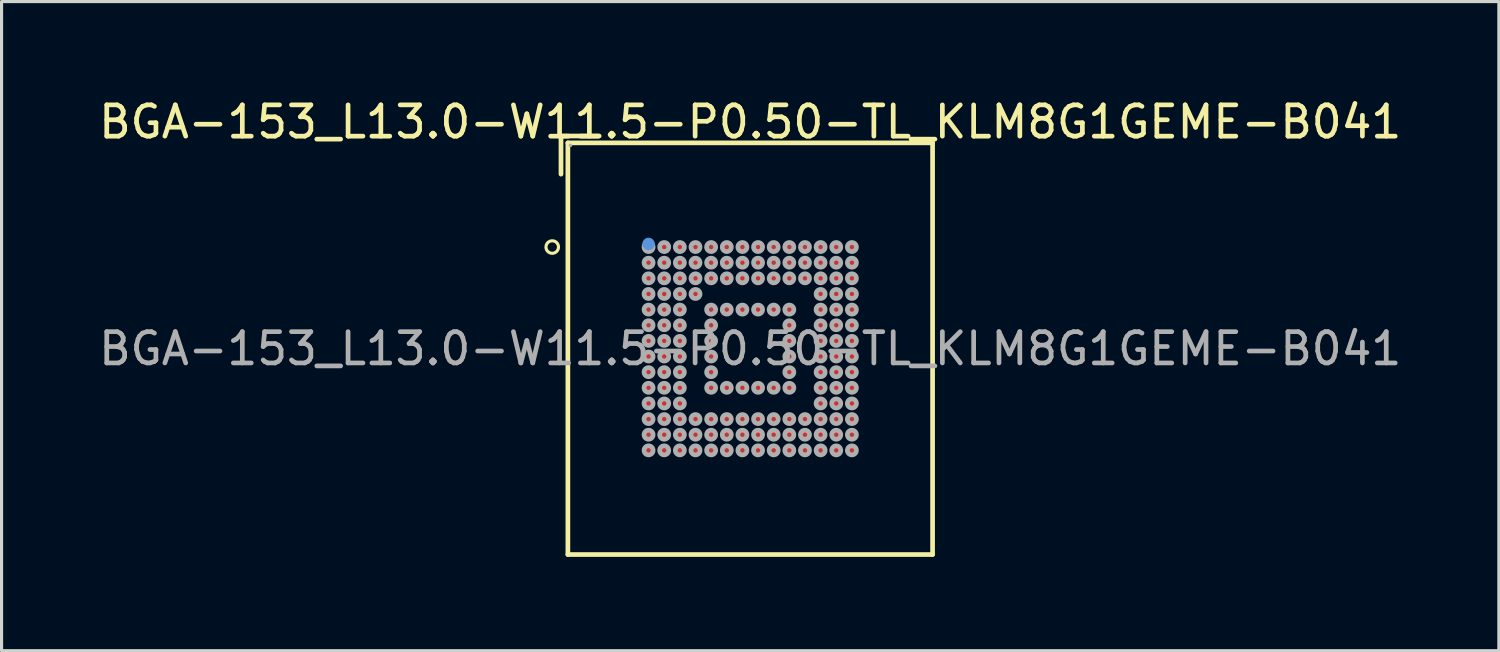
<source format=kicad_pcb>
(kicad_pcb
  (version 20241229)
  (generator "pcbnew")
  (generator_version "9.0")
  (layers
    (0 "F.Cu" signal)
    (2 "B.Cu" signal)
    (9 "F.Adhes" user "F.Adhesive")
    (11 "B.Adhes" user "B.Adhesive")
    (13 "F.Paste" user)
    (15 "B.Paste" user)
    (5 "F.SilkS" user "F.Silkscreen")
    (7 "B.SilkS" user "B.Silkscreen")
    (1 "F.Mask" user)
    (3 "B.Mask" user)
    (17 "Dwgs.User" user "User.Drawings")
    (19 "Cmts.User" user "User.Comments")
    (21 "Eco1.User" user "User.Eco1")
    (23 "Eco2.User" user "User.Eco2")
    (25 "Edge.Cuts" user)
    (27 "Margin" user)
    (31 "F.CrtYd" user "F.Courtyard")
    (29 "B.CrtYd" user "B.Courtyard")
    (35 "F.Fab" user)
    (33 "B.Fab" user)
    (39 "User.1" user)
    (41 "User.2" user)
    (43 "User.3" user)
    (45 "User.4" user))
  (footprint "BGA-153_L13.0-W11.5-P0.50-TL_KLM8G1GEME-B041"
    (layer "F.Cu")
    (at 20.935 8.098)
    (property "Reference" "BGA-153_L13.0-W11.5-P0.50-TL_KLM8G1GEME-B041" (at 0 -7.25 0) (layer "F.SilkS") (effects (font (size 1 1) (thickness 0.15))))
    (attr smd)
    (fp_line (start -6.05 -6.8) (end -4.83 -6.8) (stroke (width 0.15) (type solid)) (layer "F.SilkS"))
    (fp_line (start -6.05 -5.58) (end -6.05 -6.8) (stroke (width 0.15) (type solid)) (layer "F.SilkS"))
    (fp_line (start -5.83 -6.58) (end 5.83 -6.58) (stroke (width 0.15) (type solid)) (layer "F.SilkS"))
    (fp_line (start -5.83 6.58) (end -5.83 -6.58) (stroke (width 0.15) (type solid)) (layer "F.SilkS"))
    (fp_line (start 5.83 -6.58) (end 5.83 6.58) (stroke (width 0.15) (type solid)) (layer "F.SilkS"))
    (fp_line (start 5.83 6.58) (end -5.83 6.58) (stroke (width 0.15) (type solid)) (layer "F.SilkS"))
    (fp_circle (center -6.33 -3.25) (end -6.13 -3.25) (stroke (width 0.1) (type solid)) (fill no) (layer "F.SilkS"))
    (fp_circle (center -3.25 -3.35) (end -3.15 -3.35) (stroke (width 0.2) (type solid)) (fill no) (layer "Cmts.User"))
    (fp_circle (center -5.75 -6.5) (end -5.72 -6.5) (stroke (width 0.06) (type solid)) (fill no) (layer "F.Fab"))
    (fp_circle (center -3.25 -3.25) (end -3.18 -3.25) (stroke (width 0.15) (type solid)) (fill no) (layer "F.Fab"))
    (fp_circle (center -3.25 -2.75) (end -3.18 -2.75) (stroke (width 0.15) (type solid)) (fill no) (layer "F.Fab"))
    (fp_circle (center -3.25 -2.25) (end -3.18 -2.25) (stroke (width 0.15) (type solid)) (fill no) (layer "F.Fab"))
    (fp_circle (center -3.25 -1.75) (end -3.18 -1.75) (stroke (width 0.15) (type solid)) (fill no) (layer "F.Fab"))
    (fp_circle (center -3.25 -1.25) (end -3.18 -1.25) (stroke (width 0.15) (type solid)) (fill no) (layer "F.Fab"))
    (fp_circle (center -3.25 -0.75) (end -3.18 -0.75) (stroke (width 0.15) (type solid)) (fill no) (layer "F.Fab"))
    (fp_circle (center -3.25 -0.25) (end -3.18 -0.25) (stroke (width 0.15) (type solid)) (fill no) (layer "F.Fab"))
    (fp_circle (center -3.25 0.25) (end -3.18 0.25) (stroke (width 0.15) (type solid)) (fill no) (layer "F.Fab"))
    (fp_circle (center -3.25 0.75) (end -3.18 0.75) (stroke (width 0.15) (type solid)) (fill no) (layer "F.Fab"))
    (fp_circle (center -3.25 1.25) (end -3.18 1.25) (stroke (width 0.15) (type solid)) (fill no) (layer "F.Fab"))
    (fp_circle (center -3.25 1.75) (end -3.18 1.75) (stroke (width 0.15) (type solid)) (fill no) (layer "F.Fab"))
    (fp_circle (center -3.25 2.25) (end -3.18 2.25) (stroke (width 0.15) (type solid)) (fill no) (layer "F.Fab"))
    (fp_circle (center -3.25 2.75) (end -3.18 2.75) (stroke (width 0.15) (type solid)) (fill no) (layer "F.Fab"))
    (fp_circle (center -3.25 3.25) (end -3.18 3.25) (stroke (width 0.15) (type solid)) (fill no) (layer "F.Fab"))
    (fp_circle (center -2.75 -3.25) (end -2.68 -3.25) (stroke (width 0.15) (type solid)) (fill no) (layer "F.Fab"))
    (fp_circle (center -2.75 -2.75) (end -2.68 -2.75) (stroke (width 0.15) (type solid)) (fill no) (layer "F.Fab"))
    (fp_circle (center -2.75 -2.25) (end -2.68 -2.25) (stroke (width 0.15) (type solid)) (fill no) (layer "F.Fab"))
    (fp_circle (center -2.75 -1.75) (end -2.68 -1.75) (stroke (width 0.15) (type solid)) (fill no) (layer "F.Fab"))
    (fp_circle (center -2.75 -1.25) (end -2.68 -1.25) (stroke (width 0.15) (type solid)) (fill no) (layer "F.Fab"))
    (fp_circle (center -2.75 -0.75) (end -2.68 -0.75) (stroke (width 0.15) (type solid)) (fill no) (layer "F.Fab"))
    (fp_circle (center -2.75 -0.25) (end -2.68 -0.25) (stroke (width 0.15) (type solid)) (fill no) (layer "F.Fab"))
    (fp_circle (center -2.75 0.25) (end -2.68 0.25) (stroke (width 0.15) (type solid)) (fill no) (layer "F.Fab"))
    (fp_circle (center -2.75 0.75) (end -2.68 0.75) (stroke (width 0.15) (type solid)) (fill no) (layer "F.Fab"))
    (fp_circle (center -2.75 1.25) (end -2.68 1.25) (stroke (width 0.15) (type solid)) (fill no) (layer "F.Fab"))
    (fp_circle (center -2.75 1.75) (end -2.68 1.75) (stroke (width 0.15) (type solid)) (fill no) (layer "F.Fab"))
    (fp_circle (center -2.75 2.25) (end -2.68 2.25) (stroke (width 0.15) (type solid)) (fill no) (layer "F.Fab"))
    (fp_circle (center -2.75 2.75) (end -2.68 2.75) (stroke (width 0.15) (type solid)) (fill no) (layer "F.Fab"))
    (fp_circle (center -2.75 3.25) (end -2.68 3.25) (stroke (width 0.15) (type solid)) (fill no) (layer "F.Fab"))
    (fp_circle (center -2.25 -3.25) (end -2.18 -3.25) (stroke (width 0.15) (type solid)) (fill no) (layer "F.Fab"))
    (fp_circle (center -2.25 -2.75) (end -2.18 -2.75) (stroke (width 0.15) (type solid)) (fill no) (layer "F.Fab"))
    (fp_circle (center -2.25 -2.25) (end -2.18 -2.25) (stroke (width 0.15) (type solid)) (fill no) (layer "F.Fab"))
    (fp_circle (center -2.25 -1.75) (end -2.18 -1.75) (stroke (width 0.15) (type solid)) (fill no) (layer "F.Fab"))
    (fp_circle (center -2.25 -1.25) (end -2.18 -1.25) (stroke (width 0.15) (type solid)) (fill no) (layer "F.Fab"))
    (fp_circle (center -2.25 -0.75) (end -2.18 -0.75) (stroke (width 0.15) (type solid)) (fill no) (layer "F.Fab"))
    (fp_circle (center -2.25 -0.25) (end -2.18 -0.25) (stroke (width 0.15) (type solid)) (fill no) (layer "F.Fab"))
    (fp_circle (center -2.25 0.25) (end -2.18 0.25) (stroke (width 0.15) (type solid)) (fill no) (layer "F.Fab"))
    (fp_circle (center -2.25 0.75) (end -2.18 0.75) (stroke (width 0.15) (type solid)) (fill no) (layer "F.Fab"))
    (fp_circle (center -2.25 1.25) (end -2.18 1.25) (stroke (width 0.15) (type solid)) (fill no) (layer "F.Fab"))
    (fp_circle (center -2.25 1.75) (end -2.18 1.75) (stroke (width 0.15) (type solid)) (fill no) (layer "F.Fab"))
    (fp_circle (center -2.25 2.25) (end -2.18 2.25) (stroke (width 0.15) (type solid)) (fill no) (layer "F.Fab"))
    (fp_circle (center -2.25 2.75) (end -2.18 2.75) (stroke (width 0.15) (type solid)) (fill no) (layer "F.Fab"))
    (fp_circle (center -2.25 3.25) (end -2.18 3.25) (stroke (width 0.15) (type solid)) (fill no) (layer "F.Fab"))
    (fp_circle (center -1.75 -3.25) (end -1.68 -3.25) (stroke (width 0.15) (type solid)) (fill no) (layer "F.Fab"))
    (fp_circle (center -1.75 -2.75) (end -1.68 -2.75) (stroke (width 0.15) (type solid)) (fill no) (layer "F.Fab"))
    (fp_circle (center -1.75 -2.25) (end -1.68 -2.25) (stroke (width 0.15) (type solid)) (fill no) (layer "F.Fab"))
    (fp_circle (center -1.75 -1.75) (end -1.68 -1.75) (stroke (width 0.15) (type solid)) (fill no) (layer "F.Fab"))
    (fp_circle (center -1.75 2.25) (end -1.68 2.25) (stroke (width 0.15) (type solid)) (fill no) (layer "F.Fab"))
    (fp_circle (center -1.75 2.75) (end -1.68 2.75) (stroke (width 0.15) (type solid)) (fill no) (layer "F.Fab"))
    (fp_circle (center -1.75 3.25) (end -1.68 3.25) (stroke (width 0.15) (type solid)) (fill no) (layer "F.Fab"))
    (fp_circle (center -1.25 -3.25) (end -1.18 -3.25) (stroke (width 0.15) (type solid)) (fill no) (layer "F.Fab"))
    (fp_circle (center -1.25 -2.75) (end -1.18 -2.75) (stroke (width 0.15) (type solid)) (fill no) (layer "F.Fab"))
    (fp_circle (center -1.25 -2.25) (end -1.18 -2.25) (stroke (width 0.15) (type solid)) (fill no) (layer "F.Fab"))
    (fp_circle (center -1.25 -1.25) (end -1.18 -1.25) (stroke (width 0.15) (type solid)) (fill no) (layer "F.Fab"))
    (fp_circle (center -1.25 -0.75) (end -1.18 -0.75) (stroke (width 0.15) (type solid)) (fill no) (layer "F.Fab"))
    (fp_circle (center -1.25 -0.25) (end -1.18 -0.25) (stroke (width 0.15) (type solid)) (fill no) (layer "F.Fab"))
    (fp_circle (center -1.25 0.25) (end -1.18 0.25) (stroke (width 0.15) (type solid)) (fill no) (layer "F.Fab"))
    (fp_circle (center -1.25 0.75) (end -1.18 0.75) (stroke (width 0.15) (type solid)) (fill no) (layer "F.Fab"))
    (fp_circle (center -1.25 1.25) (end -1.18 1.25) (stroke (width 0.15) (type solid)) (fill no) (layer "F.Fab"))
    (fp_circle (center -1.25 2.25) (end -1.18 2.25) (stroke (width 0.15) (type solid)) (fill no) (layer "F.Fab"))
    (fp_circle (center -1.25 2.75) (end -1.18 2.75) (stroke (width 0.15) (type solid)) (fill no) (layer "F.Fab"))
    (fp_circle (center -1.25 3.25) (end -1.18 3.25) (stroke (width 0.15) (type solid)) (fill no) (layer "F.Fab"))
    (fp_circle (center -0.75 -3.25) (end -0.68 -3.25) (stroke (width 0.15) (type solid)) (fill no) (layer "F.Fab"))
    (fp_circle (center -0.75 -2.75) (end -0.68 -2.75) (stroke (width 0.15) (type solid)) (fill no) (layer "F.Fab"))
    (fp_circle (center -0.75 -2.25) (end -0.68 -2.25) (stroke (width 0.15) (type solid)) (fill no) (layer "F.Fab"))
    (fp_circle (center -0.75 -1.25) (end -0.68 -1.25) (stroke (width 0.15) (type solid)) (fill no) (layer "F.Fab"))
    (fp_circle (center -0.75 1.25) (end -0.68 1.25) (stroke (width 0.15) (type solid)) (fill no) (layer "F.Fab"))
    (fp_circle (center -0.75 2.25) (end -0.68 2.25) (stroke (width 0.15) (type solid)) (fill no) (layer "F.Fab"))
    (fp_circle (center -0.75 2.75) (end -0.68 2.75) (stroke (width 0.15) (type solid)) (fill no) (layer "F.Fab"))
    (fp_circle (center -0.75 3.25) (end -0.68 3.25) (stroke (width 0.15) (type solid)) (fill no) (layer "F.Fab"))
    (fp_circle (center -0.25 -3.25) (end -0.18 -3.25) (stroke (width 0.15) (type solid)) (fill no) (layer "F.Fab"))
    (fp_circle (center -0.25 -2.75) (end -0.18 -2.75) (stroke (width 0.15) (type solid)) (fill no) (layer "F.Fab"))
    (fp_circle (center -0.25 -2.25) (end -0.18 -2.25) (stroke (width 0.15) (type solid)) (fill no) (layer "F.Fab"))
    (fp_circle (center -0.25 -1.25) (end -0.18 -1.25) (stroke (width 0.15) (type solid)) (fill no) (layer "F.Fab"))
    (fp_circle (center -0.25 1.25) (end -0.18 1.25) (stroke (width 0.15) (type solid)) (fill no) (layer "F.Fab"))
    (fp_circle (center -0.25 2.25) (end -0.18 2.25) (stroke (width 0.15) (type solid)) (fill no) (layer "F.Fab"))
    (fp_circle (center -0.25 2.75) (end -0.18 2.75) (stroke (width 0.15) (type solid)) (fill no) (layer "F.Fab"))
    (fp_circle (center -0.25 3.25) (end -0.18 3.25) (stroke (width 0.15) (type solid)) (fill no) (layer "F.Fab"))
    (fp_circle (center 0.25 -3.25) (end 0.32 -3.25) (stroke (width 0.15) (type solid)) (fill no) (layer "F.Fab"))
    (fp_circle (center 0.25 -2.75) (end 0.32 -2.75) (stroke (width 0.15) (type solid)) (fill no) (layer "F.Fab"))
    (fp_circle (center 0.25 -2.25) (end 0.32 -2.25) (stroke (width 0.15) (type solid)) (fill no) (layer "F.Fab"))
    (fp_circle (center 0.25 -1.25) (end 0.32 -1.25) (stroke (width 0.15) (type solid)) (fill no) (layer "F.Fab"))
    (fp_circle (center 0.25 1.25) (end 0.32 1.25) (stroke (width 0.15) (type solid)) (fill no) (layer "F.Fab"))
    (fp_circle (center 0.25 2.25) (end 0.32 2.25) (stroke (width 0.15) (type solid)) (fill no) (layer "F.Fab"))
    (fp_circle (center 0.25 2.75) (end 0.32 2.75) (stroke (width 0.15) (type solid)) (fill no) (layer "F.Fab"))
    (fp_circle (center 0.25 3.25) (end 0.32 3.25) (stroke (width 0.15) (type solid)) (fill no) (layer "F.Fab"))
    (fp_circle (center 0.75 -3.25) (end 0.82 -3.25) (stroke (width 0.15) (type solid)) (fill no) (layer "F.Fab"))
    (fp_circle (center 0.75 -2.75) (end 0.82 -2.75) (stroke (width 0.15) (type solid)) (fill no) (layer "F.Fab"))
    (fp_circle (center 0.75 -2.25) (end 0.82 -2.25) (stroke (width 0.15) (type solid)) (fill no) (layer "F.Fab"))
    (fp_circle (center 0.75 -1.25) (end 0.82 -1.25) (stroke (width 0.15) (type solid)) (fill no) (layer "F.Fab"))
    (fp_circle (center 0.75 1.25) (end 0.82 1.25) (stroke (width 0.15) (type solid)) (fill no) (layer "F.Fab"))
    (fp_circle (center 0.75 2.25) (end 0.82 2.25) (stroke (width 0.15) (type solid)) (fill no) (layer "F.Fab"))
    (fp_circle (center 0.75 2.75) (end 0.82 2.75) (stroke (width 0.15) (type solid)) (fill no) (layer "F.Fab"))
    (fp_circle (center 0.75 3.25) (end 0.82 3.25) (stroke (width 0.15) (type solid)) (fill no) (layer "F.Fab"))
    (fp_circle (center 1.25 -3.25) (end 1.32 -3.25) (stroke (width 0.15) (type solid)) (fill no) (layer "F.Fab"))
    (fp_circle (center 1.25 -2.75) (end 1.32 -2.75) (stroke (width 0.15) (type solid)) (fill no) (layer "F.Fab"))
    (fp_circle (center 1.25 -2.25) (end 1.32 -2.25) (stroke (width 0.15) (type solid)) (fill no) (layer "F.Fab"))
    (fp_circle (center 1.25 -1.25) (end 1.32 -1.25) (stroke (width 0.15) (type solid)) (fill no) (layer "F.Fab"))
    (fp_circle (center 1.25 -0.75) (end 1.32 -0.75) (stroke (width 0.15) (type solid)) (fill no) (layer "F.Fab"))
    (fp_circle (center 1.25 -0.25) (end 1.32 -0.25) (stroke (width 0.15) (type solid)) (fill no) (layer "F.Fab"))
    (fp_circle (center 1.25 0.25) (end 1.32 0.25) (stroke (width 0.15) (type solid)) (fill no) (layer "F.Fab"))
    (fp_circle (center 1.25 0.75) (end 1.32 0.75) (stroke (width 0.15) (type solid)) (fill no) (layer "F.Fab"))
    (fp_circle (center 1.25 1.25) (end 1.32 1.25) (stroke (width 0.15) (type solid)) (fill no) (layer "F.Fab"))
    (fp_circle (center 1.25 2.25) (end 1.32 2.25) (stroke (width 0.15) (type solid)) (fill no) (layer "F.Fab"))
    (fp_circle (center 1.25 2.75) (end 1.32 2.75) (stroke (width 0.15) (type solid)) (fill no) (layer "F.Fab"))
    (fp_circle (center 1.25 3.25) (end 1.32 3.25) (stroke (width 0.15) (type solid)) (fill no) (layer "F.Fab"))
    (fp_circle (center 1.75 -3.25) (end 1.82 -3.25) (stroke (width 0.15) (type solid)) (fill no) (layer "F.Fab"))
    (fp_circle (center 1.75 -2.75) (end 1.82 -2.75) (stroke (width 0.15) (type solid)) (fill no) (layer "F.Fab"))
    (fp_circle (center 1.75 -2.25) (end 1.82 -2.25) (stroke (width 0.15) (type solid)) (fill no) (layer "F.Fab"))
    (fp_circle (center 1.75 2.25) (end 1.82 2.25) (stroke (width 0.15) (type solid)) (fill no) (layer "F.Fab"))
    (fp_circle (center 1.75 2.75) (end 1.82 2.75) (stroke (width 0.15) (type solid)) (fill no) (layer "F.Fab"))
    (fp_circle (center 1.75 3.25) (end 1.82 3.25) (stroke (width 0.15) (type solid)) (fill no) (layer "F.Fab"))
    (fp_circle (center 2.25 -3.25) (end 2.32 -3.25) (stroke (width 0.15) (type solid)) (fill no) (layer "F.Fab"))
    (fp_circle (center 2.25 -2.75) (end 2.32 -2.75) (stroke (width 0.15) (type solid)) (fill no) (layer "F.Fab"))
    (fp_circle (center 2.25 -2.25) (end 2.32 -2.25) (stroke (width 0.15) (type solid)) (fill no) (layer "F.Fab"))
    (fp_circle (center 2.25 -1.75) (end 2.32 -1.75) (stroke (width 0.15) (type solid)) (fill no) (layer "F.Fab"))
    (fp_circle (center 2.25 -1.25) (end 2.32 -1.25) (stroke (width 0.15) (type solid)) (fill no) (layer "F.Fab"))
    (fp_circle (center 2.25 -0.75) (end 2.32 -0.75) (stroke (width 0.15) (type solid)) (fill no) (layer "F.Fab"))
    (fp_circle (center 2.25 -0.25) (end 2.32 -0.25) (stroke (width 0.15) (type solid)) (fill no) (layer "F.Fab"))
    (fp_circle (center 2.25 0.25) (end 2.32 0.25) (stroke (width 0.15) (type solid)) (fill no) (layer "F.Fab"))
    (fp_circle (center 2.25 0.75) (end 2.32 0.75) (stroke (width 0.15) (type solid)) (fill no) (layer "F.Fab"))
    (fp_circle (center 2.25 1.25) (end 2.32 1.25) (stroke (width 0.15) (type solid)) (fill no) (layer "F.Fab"))
    (fp_circle (center 2.25 1.75) (end 2.32 1.75) (stroke (width 0.15) (type solid)) (fill no) (layer "F.Fab"))
    (fp_circle (center 2.25 2.25) (end 2.32 2.25) (stroke (width 0.15) (type solid)) (fill no) (layer "F.Fab"))
    (fp_circle (center 2.25 2.75) (end 2.32 2.75) (stroke (width 0.15) (type solid)) (fill no) (layer "F.Fab"))
    (fp_circle (center 2.25 3.25) (end 2.32 3.25) (stroke (width 0.15) (type solid)) (fill no) (layer "F.Fab"))
    (fp_circle (center 2.75 -3.25) (end 2.82 -3.25) (stroke (width 0.15) (type solid)) (fill no) (layer "F.Fab"))
    (fp_circle (center 2.75 -2.75) (end 2.82 -2.75) (stroke (width 0.15) (type solid)) (fill no) (layer "F.Fab"))
    (fp_circle (center 2.75 -2.25) (end 2.82 -2.25) (stroke (width 0.15) (type solid)) (fill no) (layer "F.Fab"))
    (fp_circle (center 2.75 -1.75) (end 2.82 -1.75) (stroke (width 0.15) (type solid)) (fill no) (layer "F.Fab"))
    (fp_circle (center 2.75 -1.25) (end 2.82 -1.25) (stroke (width 0.15) (type solid)) (fill no) (layer "F.Fab"))
    (fp_circle (center 2.75 -0.75) (end 2.82 -0.75) (stroke (width 0.15) (type solid)) (fill no) (layer "F.Fab"))
    (fp_circle (center 2.75 -0.25) (end 2.82 -0.25) (stroke (width 0.15) (type solid)) (fill no) (layer "F.Fab"))
    (fp_circle (center 2.75 0.25) (end 2.82 0.25) (stroke (width 0.15) (type solid)) (fill no) (layer "F.Fab"))
    (fp_circle (center 2.75 0.75) (end 2.82 0.75) (stroke (width 0.15) (type solid)) (fill no) (layer "F.Fab"))
    (fp_circle (center 2.75 1.25) (end 2.82 1.25) (stroke (width 0.15) (type solid)) (fill no) (layer "F.Fab"))
    (fp_circle (center 2.75 1.75) (end 2.82 1.75) (stroke (width 0.15) (type solid)) (fill no) (layer "F.Fab"))
    (fp_circle (center 2.75 2.25) (end 2.82 2.25) (stroke (width 0.15) (type solid)) (fill no) (layer "F.Fab"))
    (fp_circle (center 2.75 2.75) (end 2.82 2.75) (stroke (width 0.15) (type solid)) (fill no) (layer "F.Fab"))
    (fp_circle (center 2.75 3.25) (end 2.82 3.25) (stroke (width 0.15) (type solid)) (fill no) (layer "F.Fab"))
    (fp_circle (center 3.25 -3.25) (end 3.32 -3.25) (stroke (width 0.15) (type solid)) (fill no) (layer "F.Fab"))
    (fp_circle (center 3.25 -2.75) (end 3.32 -2.75) (stroke (width 0.15) (type solid)) (fill no) (layer "F.Fab"))
    (fp_circle (center 3.25 -2.25) (end 3.32 -2.25) (stroke (width 0.15) (type solid)) (fill no) (layer "F.Fab"))
    (fp_circle (center 3.25 -1.75) (end 3.32 -1.75) (stroke (width 0.15) (type solid)) (fill no) (layer "F.Fab"))
    (fp_circle (center 3.25 -1.25) (end 3.32 -1.25) (stroke (width 0.15) (type solid)) (fill no) (layer "F.Fab"))
    (fp_circle (center 3.25 -0.75) (end 3.32 -0.75) (stroke (width 0.15) (type solid)) (fill no) (layer "F.Fab"))
    (fp_circle (center 3.25 -0.25) (end 3.32 -0.25) (stroke (width 0.15) (type solid)) (fill no) (layer "F.Fab"))
    (fp_circle (center 3.25 0.25) (end 3.32 0.25) (stroke (width 0.15) (type solid)) (fill no) (layer "F.Fab"))
    (fp_circle (center 3.25 0.75) (end 3.32 0.75) (stroke (width 0.15) (type solid)) (fill no) (layer "F.Fab"))
    (fp_circle (center 3.25 1.25) (end 3.32 1.25) (stroke (width 0.15) (type solid)) (fill no) (layer "F.Fab"))
    (fp_circle (center 3.25 1.75) (end 3.32 1.75) (stroke (width 0.15) (type solid)) (fill no) (layer "F.Fab"))
    (fp_circle (center 3.25 2.25) (end 3.32 2.25) (stroke (width 0.15) (type solid)) (fill no) (layer "F.Fab"))
    (fp_circle (center 3.25 2.75) (end 3.32 2.75) (stroke (width 0.15) (type solid)) (fill no) (layer "F.Fab"))
    (fp_circle (center 3.25 3.25) (end 3.32 3.25) (stroke (width 0.15) (type solid)) (fill no) (layer "F.Fab"))
    (fp_text user "${REFERENCE}" (at 0 0 0) (layer "F.Fab") (effects (font (size 1 1) (thickness 0.15))))
    (pad "A1" smd circle (at -3.25 -3.25) (size 0.24 0.24) (layers "F.Cu" "F.Mask" "F.Paste"))
    (pad "A2" smd circle (at -2.75 -3.25) (size 0.24 0.24) (layers "F.Cu" "F.Mask" "F.Paste"))
    (pad "A3" smd circle (at -2.25 -3.25) (size 0.24 0.24) (layers "F.Cu" "F.Mask" "F.Paste"))
    (pad "A4" smd circle (at -1.75 -3.25) (size 0.24 0.24) (layers "F.Cu" "F.Mask" "F.Paste"))
    (pad "A5" smd circle (at -1.25 -3.25) (size 0.24 0.24) (layers "F.Cu" "F.Mask" "F.Paste"))
    (pad "A6" smd circle (at -0.75 -3.25) (size 0.24 0.24) (layers "F.Cu" "F.Mask" "F.Paste"))
    (pad "A7" smd circle (at -0.25 -3.25) (size 0.24 0.24) (layers "F.Cu" "F.Mask" "F.Paste"))
    (pad "A8" smd circle (at 0.25 -3.25) (size 0.24 0.24) (layers "F.Cu" "F.Mask" "F.Paste"))
    (pad "A9" smd circle (at 0.75 -3.25) (size 0.24 0.24) (layers "F.Cu" "F.Mask" "F.Paste"))
    (pad "A10" smd circle (at 1.25 -3.25) (size 0.24 0.24) (layers "F.Cu" "F.Mask" "F.Paste"))
    (pad "A11" smd circle (at 1.75 -3.25) (size 0.24 0.24) (layers "F.Cu" "F.Mask" "F.Paste"))
    (pad "A12" smd circle (at 2.25 -3.25) (size 0.24 0.24) (layers "F.Cu" "F.Mask" "F.Paste"))
    (pad "A13" smd circle (at 2.75 -3.25) (size 0.24 0.24) (layers "F.Cu" "F.Mask" "F.Paste"))
    (pad "A14" smd circle (at 3.25 -3.25) (size 0.24 0.24) (layers "F.Cu" "F.Mask" "F.Paste"))
    (pad "B1" smd circle (at -3.25 -2.75) (size 0.24 0.24) (layers "F.Cu" "F.Mask" "F.Paste"))
    (pad "B2" smd circle (at -2.75 -2.75) (size 0.24 0.24) (layers "F.Cu" "F.Mask" "F.Paste"))
    (pad "B3" smd circle (at -2.25 -2.75) (size 0.24 0.24) (layers "F.Cu" "F.Mask" "F.Paste"))
    (pad "B4" smd circle (at -1.75 -2.75) (size 0.24 0.24) (layers "F.Cu" "F.Mask" "F.Paste"))
    (pad "B5" smd circle (at -1.25 -2.75) (size 0.24 0.24) (layers "F.Cu" "F.Mask" "F.Paste"))
    (pad "B6" smd circle (at -0.75 -2.75) (size 0.24 0.24) (layers "F.Cu" "F.Mask" "F.Paste"))
    (pad "B7" smd circle (at -0.25 -2.75) (size 0.24 0.24) (layers "F.Cu" "F.Mask" "F.Paste"))
    (pad "B8" smd circle (at 0.25 -2.75) (size 0.24 0.24) (layers "F.Cu" "F.Mask" "F.Paste"))
    (pad "B9" smd circle (at 0.75 -2.75) (size 0.24 0.24) (layers "F.Cu" "F.Mask" "F.Paste"))
    (pad "B10" smd circle (at 1.25 -2.75) (size 0.24 0.24) (layers "F.Cu" "F.Mask" "F.Paste"))
    (pad "B11" smd circle (at 1.75 -2.75) (size 0.24 0.24) (layers "F.Cu" "F.Mask" "F.Paste"))
    (pad "B12" smd circle (at 2.25 -2.75) (size 0.24 0.24) (layers "F.Cu" "F.Mask" "F.Paste"))
    (pad "B13" smd circle (at 2.75 -2.75) (size 0.24 0.24) (layers "F.Cu" "F.Mask" "F.Paste"))
    (pad "B14" smd circle (at 3.25 -2.75) (size 0.24 0.24) (layers "F.Cu" "F.Mask" "F.Paste"))
    (pad "C1" smd circle (at -3.25 -2.25) (size 0.24 0.24) (layers "F.Cu" "F.Mask" "F.Paste"))
    (pad "C2" smd circle (at -2.75 -2.25) (size 0.24 0.24) (layers "F.Cu" "F.Mask" "F.Paste"))
    (pad "C3" smd circle (at -2.25 -2.25) (size 0.24 0.24) (layers "F.Cu" "F.Mask" "F.Paste"))
    (pad "C4" smd circle (at -1.75 -2.25) (size 0.24 0.24) (layers "F.Cu" "F.Mask" "F.Paste"))
    (pad "C5" smd circle (at -1.25 -2.25) (size 0.24 0.24) (layers "F.Cu" "F.Mask" "F.Paste"))
    (pad "C6" smd circle (at -0.75 -2.25) (size 0.24 0.24) (layers "F.Cu" "F.Mask" "F.Paste"))
    (pad "C7" smd circle (at -0.25 -2.25) (size 0.24 0.24) (layers "F.Cu" "F.Mask" "F.Paste"))
    (pad "C8" smd circle (at 0.25 -2.25) (size 0.24 0.24) (layers "F.Cu" "F.Mask" "F.Paste"))
    (pad "C9" smd circle (at 0.75 -2.25) (size 0.24 0.24) (layers "F.Cu" "F.Mask" "F.Paste"))
    (pad "C10" smd circle (at 1.25 -2.25) (size 0.24 0.24) (layers "F.Cu" "F.Mask" "F.Paste"))
    (pad "C11" smd circle (at 1.75 -2.25) (size 0.24 0.24) (layers "F.Cu" "F.Mask" "F.Paste"))
    (pad "C12" smd circle (at 2.25 -2.25) (size 0.24 0.24) (layers "F.Cu" "F.Mask" "F.Paste"))
    (pad "C13" smd circle (at 2.75 -2.25) (size 0.24 0.24) (layers "F.Cu" "F.Mask" "F.Paste"))
    (pad "C14" smd circle (at 3.25 -2.25) (size 0.24 0.24) (layers "F.Cu" "F.Mask" "F.Paste"))
    (pad "D1" smd circle (at -3.25 -1.75) (size 0.24 0.24) (layers "F.Cu" "F.Mask" "F.Paste"))
    (pad "D2" smd circle (at -2.75 -1.75) (size 0.24 0.24) (layers "F.Cu" "F.Mask" "F.Paste"))
    (pad "D3" smd circle (at -2.25 -1.75) (size 0.24 0.24) (layers "F.Cu" "F.Mask" "F.Paste"))
    (pad "D4" smd circle (at -1.75 -1.75) (size 0.24 0.24) (layers "F.Cu" "F.Mask" "F.Paste"))
    (pad "D12" smd circle (at 2.25 -1.75) (size 0.24 0.24) (layers "F.Cu" "F.Mask" "F.Paste"))
    (pad "D13" smd circle (at 2.75 -1.75) (size 0.24 0.24) (layers "F.Cu" "F.Mask" "F.Paste"))
    (pad "D14" smd circle (at 3.25 -1.75) (size 0.24 0.24) (layers "F.Cu" "F.Mask" "F.Paste"))
    (pad "E1" smd circle (at -3.25 -1.25) (size 0.24 0.24) (layers "F.Cu" "F.Mask" "F.Paste"))
    (pad "E2" smd circle (at -2.75 -1.25) (size 0.24 0.24) (layers "F.Cu" "F.Mask" "F.Paste"))
    (pad "E3" smd circle (at -2.25 -1.25) (size 0.24 0.24) (layers "F.Cu" "F.Mask" "F.Paste"))
    (pad "E5" smd circle (at -1.25 -1.25) (size 0.24 0.24) (layers "F.Cu" "F.Mask" "F.Paste"))
    (pad "E6" smd circle (at -0.75 -1.25) (size 0.24 0.24) (layers "F.Cu" "F.Mask" "F.Paste"))
    (pad "E7" smd circle (at -0.25 -1.25) (size 0.24 0.24) (layers "F.Cu" "F.Mask" "F.Paste"))
    (pad "E8" smd circle (at 0.25 -1.25) (size 0.24 0.24) (layers "F.Cu" "F.Mask" "F.Paste"))
    (pad "E9" smd circle (at 0.75 -1.25) (size 0.24 0.24) (layers "F.Cu" "F.Mask" "F.Paste"))
    (pad "E10" smd circle (at 1.25 -1.25) (size 0.24 0.24) (layers "F.Cu" "F.Mask" "F.Paste"))
    (pad "E12" smd circle (at 2.25 -1.25) (size 0.24 0.24) (layers "F.Cu" "F.Mask" "F.Paste"))
    (pad "E13" smd circle (at 2.75 -1.25) (size 0.24 0.24) (layers "F.Cu" "F.Mask" "F.Paste"))
    (pad "E14" smd circle (at 3.25 -1.25) (size 0.24 0.24) (layers "F.Cu" "F.Mask" "F.Paste"))
    (pad "F1" smd circle (at -3.25 -0.75) (size 0.24 0.24) (layers "F.Cu" "F.Mask" "F.Paste"))
    (pad "F2" smd circle (at -2.75 -0.75) (size 0.24 0.24) (layers "F.Cu" "F.Mask" "F.Paste"))
    (pad "F3" smd circle (at -2.25 -0.75) (size 0.24 0.24) (layers "F.Cu" "F.Mask" "F.Paste"))
    (pad "F5" smd circle (at -1.25 -0.75) (size 0.24 0.24) (layers "F.Cu" "F.Mask" "F.Paste"))
    (pad "F10" smd circle (at 1.25 -0.75) (size 0.24 0.24) (layers "F.Cu" "F.Mask" "F.Paste"))
    (pad "F12" smd circle (at 2.25 -0.75) (size 0.24 0.24) (layers "F.Cu" "F.Mask" "F.Paste"))
    (pad "F13" smd circle (at 2.75 -0.75) (size 0.24 0.24) (layers "F.Cu" "F.Mask" "F.Paste"))
    (pad "F14" smd circle (at 3.25 -0.75) (size 0.24 0.24) (layers "F.Cu" "F.Mask" "F.Paste"))
    (pad "G1" smd circle (at -3.25 -0.25) (size 0.24 0.24) (layers "F.Cu" "F.Mask" "F.Paste"))
    (pad "G2" smd circle (at -2.75 -0.25) (size 0.24 0.24) (layers "F.Cu" "F.Mask" "F.Paste"))
    (pad "G3" smd circle (at -2.25 -0.25) (size 0.24 0.24) (layers "F.Cu" "F.Mask" "F.Paste"))
    (pad "G5" smd circle (at -1.25 -0.25) (size 0.24 0.24) (layers "F.Cu" "F.Mask" "F.Paste"))
    (pad "G10" smd circle (at 1.25 -0.25) (size 0.24 0.24) (layers "F.Cu" "F.Mask" "F.Paste"))
    (pad "G12" smd circle (at 2.25 -0.25) (size 0.24 0.24) (layers "F.Cu" "F.Mask" "F.Paste"))
    (pad "G13" smd circle (at 2.75 -0.25) (size 0.24 0.24) (layers "F.Cu" "F.Mask" "F.Paste"))
    (pad "G14" smd circle (at 3.25 -0.25) (size 0.24 0.24) (layers "F.Cu" "F.Mask" "F.Paste"))
    (pad "H1" smd circle (at -3.25 0.25) (size 0.24 0.24) (layers "F.Cu" "F.Mask" "F.Paste"))
    (pad "H2" smd circle (at -2.75 0.25) (size 0.24 0.24) (layers "F.Cu" "F.Mask" "F.Paste"))
    (pad "H3" smd circle (at -2.25 0.25) (size 0.24 0.24) (layers "F.Cu" "F.Mask" "F.Paste"))
    (pad "H5" smd circle (at -1.25 0.25) (size 0.24 0.24) (layers "F.Cu" "F.Mask" "F.Paste"))
    (pad "H10" smd circle (at 1.25 0.25) (size 0.24 0.24) (layers "F.Cu" "F.Mask" "F.Paste"))
    (pad "H12" smd circle (at 2.25 0.25) (size 0.24 0.24) (layers "F.Cu" "F.Mask" "F.Paste"))
    (pad "H13" smd circle (at 2.75 0.25) (size 0.24 0.24) (layers "F.Cu" "F.Mask" "F.Paste"))
    (pad "H14" smd circle (at 3.25 0.25) (size 0.24 0.24) (layers "F.Cu" "F.Mask" "F.Paste"))
    (pad "J1" smd circle (at -3.25 0.75) (size 0.24 0.24) (layers "F.Cu" "F.Mask" "F.Paste"))
    (pad "J2" smd circle (at -2.75 0.75) (size 0.24 0.24) (layers "F.Cu" "F.Mask" "F.Paste"))
    (pad "J3" smd circle (at -2.25 0.75) (size 0.24 0.24) (layers "F.Cu" "F.Mask" "F.Paste"))
    (pad "J5" smd circle (at -1.25 0.75) (size 0.24 0.24) (layers "F.Cu" "F.Mask" "F.Paste"))
    (pad "J10" smd circle (at 1.25 0.75) (size 0.24 0.24) (layers "F.Cu" "F.Mask" "F.Paste"))
    (pad "J12" smd circle (at 2.25 0.75) (size 0.24 0.24) (layers "F.Cu" "F.Mask" "F.Paste"))
    (pad "J13" smd circle (at 2.75 0.75) (size 0.24 0.24) (layers "F.Cu" "F.Mask" "F.Paste"))
    (pad "J14" smd circle (at 3.25 0.75) (size 0.24 0.24) (layers "F.Cu" "F.Mask" "F.Paste"))
    (pad "K1" smd circle (at -3.25 1.25) (size 0.24 0.24) (layers "F.Cu" "F.Mask" "F.Paste"))
    (pad "K2" smd circle (at -2.75 1.25) (size 0.24 0.24) (layers "F.Cu" "F.Mask" "F.Paste"))
    (pad "K3" smd circle (at -2.25 1.25) (size 0.24 0.24) (layers "F.Cu" "F.Mask" "F.Paste"))
    (pad "K5" smd circle (at -1.25 1.25) (size 0.24 0.24) (layers "F.Cu" "F.Mask" "F.Paste"))
    (pad "K6" smd circle (at -0.75 1.25) (size 0.24 0.24) (layers "F.Cu" "F.Mask" "F.Paste"))
    (pad "K7" smd circle (at -0.25 1.25) (size 0.24 0.24) (layers "F.Cu" "F.Mask" "F.Paste"))
    (pad "K8" smd circle (at 0.25 1.25) (size 0.24 0.24) (layers "F.Cu" "F.Mask" "F.Paste"))
    (pad "K9" smd circle (at 0.75 1.25) (size 0.24 0.24) (layers "F.Cu" "F.Mask" "F.Paste"))
    (pad "K10" smd circle (at 1.25 1.25) (size 0.24 0.24) (layers "F.Cu" "F.Mask" "F.Paste"))
    (pad "K12" smd circle (at 2.25 1.25) (size 0.24 0.24) (layers "F.Cu" "F.Mask" "F.Paste"))
    (pad "K13" smd circle (at 2.75 1.25) (size 0.24 0.24) (layers "F.Cu" "F.Mask" "F.Paste"))
    (pad "K14" smd circle (at 3.25 1.25) (size 0.24 0.24) (layers "F.Cu" "F.Mask" "F.Paste"))
    (pad "L1" smd circle (at -3.25 1.75) (size 0.24 0.24) (layers "F.Cu" "F.Mask" "F.Paste"))
    (pad "L2" smd circle (at -2.75 1.75) (size 0.24 0.24) (layers "F.Cu" "F.Mask" "F.Paste"))
    (pad "L3" smd circle (at -2.25 1.75) (size 0.24 0.24) (layers "F.Cu" "F.Mask" "F.Paste"))
    (pad "L12" smd circle (at 2.25 1.75) (size 0.24 0.24) (layers "F.Cu" "F.Mask" "F.Paste"))
    (pad "L13" smd circle (at 2.75 1.75) (size 0.24 0.24) (layers "F.Cu" "F.Mask" "F.Paste"))
    (pad "L14" smd circle (at 3.25 1.75) (size 0.24 0.24) (layers "F.Cu" "F.Mask" "F.Paste"))
    (pad "M1" smd circle (at -3.25 2.25) (size 0.24 0.24) (layers "F.Cu" "F.Mask" "F.Paste"))
    (pad "M2" smd circle (at -2.75 2.25) (size 0.24 0.24) (layers "F.Cu" "F.Mask" "F.Paste"))
    (pad "M3" smd circle (at -2.25 2.25) (size 0.24 0.24) (layers "F.Cu" "F.Mask" "F.Paste"))
    (pad "M4" smd circle (at -1.75 2.25) (size 0.24 0.24) (layers "F.Cu" "F.Mask" "F.Paste"))
    (pad "M5" smd circle (at -1.25 2.25) (size 0.24 0.24) (layers "F.Cu" "F.Mask" "F.Paste"))
    (pad "M6" smd circle (at -0.75 2.25) (size 0.24 0.24) (layers "F.Cu" "F.Mask" "F.Paste"))
    (pad "M7" smd circle (at -0.25 2.25) (size 0.24 0.24) (layers "F.Cu" "F.Mask" "F.Paste"))
    (pad "M8" smd circle (at 0.25 2.25) (size 0.24 0.24) (layers "F.Cu" "F.Mask" "F.Paste"))
    (pad "M9" smd circle (at 0.75 2.25) (size 0.24 0.24) (layers "F.Cu" "F.Mask" "F.Paste"))
    (pad "M10" smd circle (at 1.25 2.25) (size 0.24 0.24) (layers "F.Cu" "F.Mask" "F.Paste"))
    (pad "M11" smd circle (at 1.75 2.25) (size 0.24 0.24) (layers "F.Cu" "F.Mask" "F.Paste"))
    (pad "M12" smd circle (at 2.25 2.25) (size 0.24 0.24) (layers "F.Cu" "F.Mask" "F.Paste"))
    (pad "M13" smd circle (at 2.75 2.25) (size 0.24 0.24) (layers "F.Cu" "F.Mask" "F.Paste"))
    (pad "M14" smd circle (at 3.25 2.25) (size 0.24 0.24) (layers "F.Cu" "F.Mask" "F.Paste"))
    (pad "N1" smd circle (at -3.25 2.75) (size 0.24 0.24) (layers "F.Cu" "F.Mask" "F.Paste"))
    (pad "N2" smd circle (at -2.75 2.75) (size 0.24 0.24) (layers "F.Cu" "F.Mask" "F.Paste"))
    (pad "N3" smd circle (at -2.25 2.75) (size 0.24 0.24) (layers "F.Cu" "F.Mask" "F.Paste"))
    (pad "N4" smd circle (at -1.75 2.75) (size 0.24 0.24) (layers "F.Cu" "F.Mask" "F.Paste"))
    (pad "N5" smd circle (at -1.25 2.75) (size 0.24 0.24) (layers "F.Cu" "F.Mask" "F.Paste"))
    (pad "N6" smd circle (at -0.75 2.75) (size 0.24 0.24) (layers "F.Cu" "F.Mask" "F.Paste"))
    (pad "N7" smd circle (at -0.25 2.75) (size 0.24 0.24) (layers "F.Cu" "F.Mask" "F.Paste"))
    (pad "N8" smd circle (at 0.25 2.75) (size 0.24 0.24) (layers "F.Cu" "F.Mask" "F.Paste"))
    (pad "N9" smd circle (at 0.75 2.75) (size 0.24 0.24) (layers "F.Cu" "F.Mask" "F.Paste"))
    (pad "N10" smd circle (at 1.25 2.75) (size 0.24 0.24) (layers "F.Cu" "F.Mask" "F.Paste"))
    (pad "N11" smd circle (at 1.75 2.75) (size 0.24 0.24) (layers "F.Cu" "F.Mask" "F.Paste"))
    (pad "N12" smd circle (at 2.25 2.75) (size 0.24 0.24) (layers "F.Cu" "F.Mask" "F.Paste"))
    (pad "N13" smd circle (at 2.75 2.75) (size 0.24 0.24) (layers "F.Cu" "F.Mask" "F.Paste"))
    (pad "N14" smd circle (at 3.25 2.75) (size 0.24 0.24) (layers "F.Cu" "F.Mask" "F.Paste"))
    (pad "P1" smd circle (at -3.25 3.25) (size 0.24 0.24) (layers "F.Cu" "F.Mask" "F.Paste"))
    (pad "P2" smd circle (at -2.75 3.25) (size 0.24 0.24) (layers "F.Cu" "F.Mask" "F.Paste"))
    (pad "P3" smd circle (at -2.25 3.25) (size 0.24 0.24) (layers "F.Cu" "F.Mask" "F.Paste"))
    (pad "P4" smd circle (at -1.75 3.25) (size 0.24 0.24) (layers "F.Cu" "F.Mask" "F.Paste"))
    (pad "P5" smd circle (at -1.25 3.25) (size 0.24 0.24) (layers "F.Cu" "F.Mask" "F.Paste"))
    (pad "P6" smd circle (at -0.75 3.25) (size 0.24 0.24) (layers "F.Cu" "F.Mask" "F.Paste"))
    (pad "P7" smd circle (at -0.25 3.25) (size 0.24 0.24) (layers "F.Cu" "F.Mask" "F.Paste"))
    (pad "P8" smd circle (at 0.25 3.25) (size 0.24 0.24) (layers "F.Cu" "F.Mask" "F.Paste"))
    (pad "P9" smd circle (at 0.75 3.25) (size 0.24 0.24) (layers "F.Cu" "F.Mask" "F.Paste"))
    (pad "P10" smd circle (at 1.25 3.25) (size 0.24 0.24) (layers "F.Cu" "F.Mask" "F.Paste"))
    (pad "P11" smd circle (at 1.75 3.25) (size 0.24 0.24) (layers "F.Cu" "F.Mask" "F.Paste"))
    (pad "P12" smd circle (at 2.25 3.25) (size 0.24 0.24) (layers "F.Cu" "F.Mask" "F.Paste"))
    (pad "P13" smd circle (at 2.75 3.25) (size 0.24 0.24) (layers "F.Cu" "F.Mask" "F.Paste"))
    (pad "P14" smd circle (at 3.25 3.25) (size 0.24 0.24) (layers "F.Cu" "F.Mask" "F.Paste")))
  (gr_rect
    (start -3 -3)
    (end 44.869 17.753)
    (stroke (width 0.1) (type default))
    (fill no)
    (layer "Edge.Cuts")))
</source>
